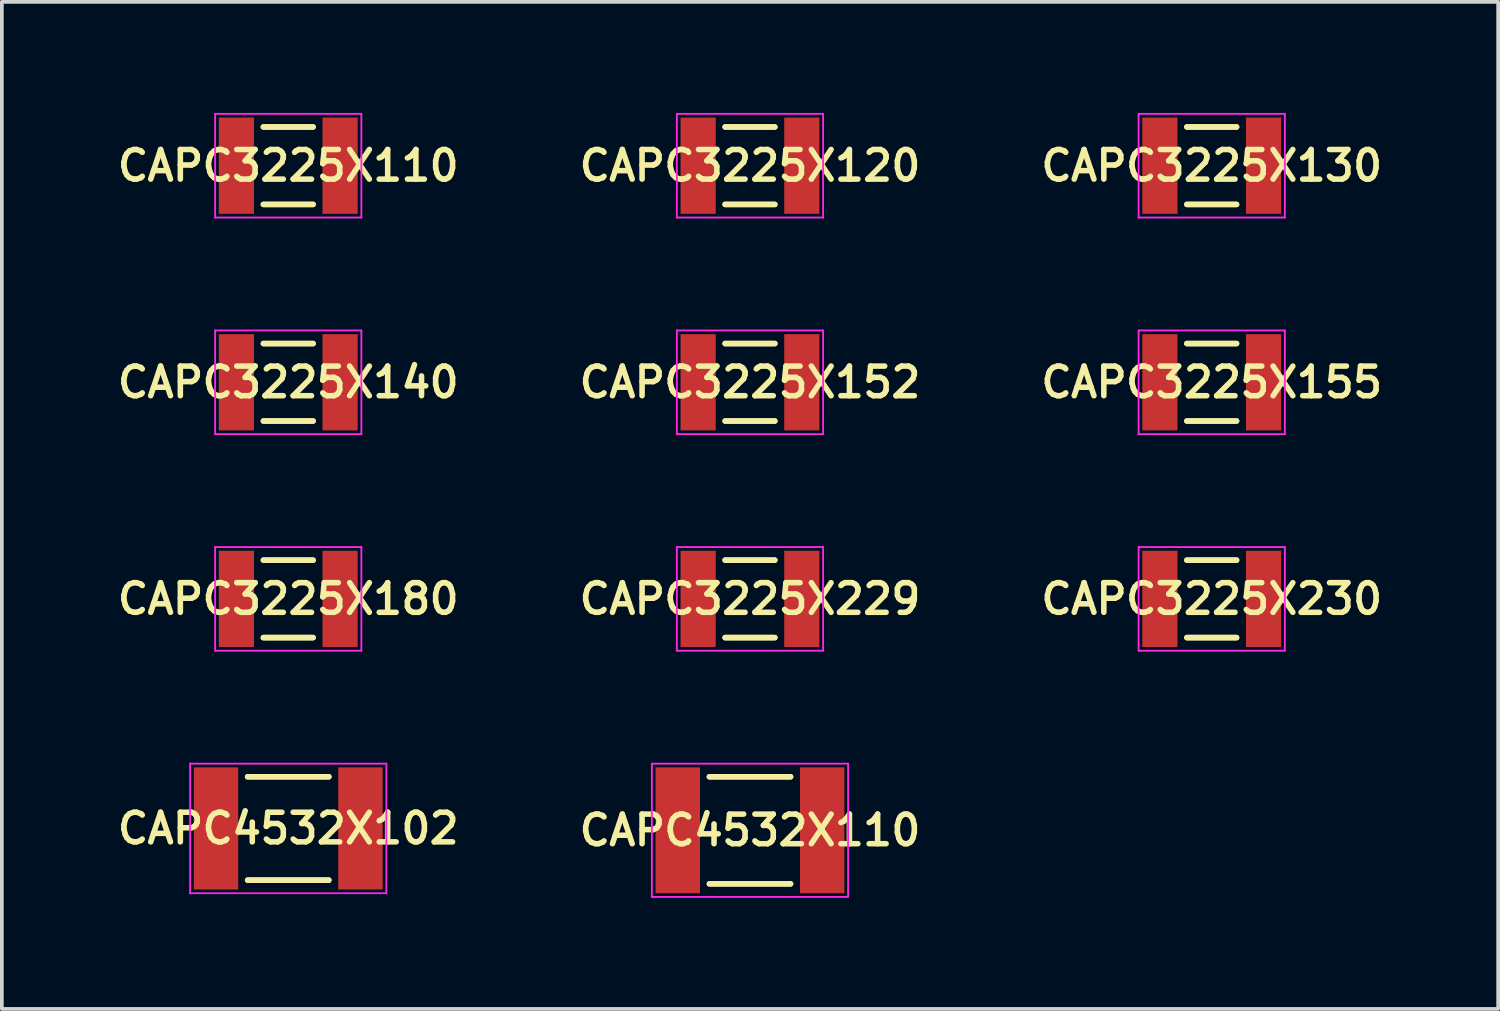
<source format=kicad_pcb>
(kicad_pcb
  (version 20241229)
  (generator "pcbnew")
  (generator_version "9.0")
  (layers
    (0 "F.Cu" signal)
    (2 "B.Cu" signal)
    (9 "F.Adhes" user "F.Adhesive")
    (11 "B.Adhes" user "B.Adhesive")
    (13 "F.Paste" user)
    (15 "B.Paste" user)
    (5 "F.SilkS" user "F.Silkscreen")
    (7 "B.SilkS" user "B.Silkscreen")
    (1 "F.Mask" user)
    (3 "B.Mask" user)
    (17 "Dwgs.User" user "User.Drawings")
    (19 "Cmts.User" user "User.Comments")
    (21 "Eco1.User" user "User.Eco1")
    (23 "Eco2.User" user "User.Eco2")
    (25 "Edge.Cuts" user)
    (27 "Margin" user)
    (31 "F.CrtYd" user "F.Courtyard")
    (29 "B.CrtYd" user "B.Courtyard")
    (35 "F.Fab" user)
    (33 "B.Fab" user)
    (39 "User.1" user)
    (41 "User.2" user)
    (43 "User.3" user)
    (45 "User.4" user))
  (footprint "CAPC4532X110"
    (layer "F.Cu")
    (at 17.206 19.375)
    (property "Reference" "CAPC4532X110" (at 0 0 0) (layer "F.SilkS") (effects (font (size 0.8 0.8) (thickness 0.15))))
    (attr smd)
    (fp_line (start -1.096 -1.446) (end 1.096 -1.446) (stroke (width 0.15) (type solid)) (layer "F.SilkS"))
    (fp_line (start -1.096 1.446) (end 1.096 1.446) (stroke (width 0.15) (type solid)) (layer "F.SilkS"))
    (fp_line (start 1.096 -1.446) (end -1.096 -1.446) (stroke (width 0.15) (type solid)) (layer "F.SilkS"))
    (fp_line (start 1.096 1.446) (end -1.096 1.446) (stroke (width 0.15) (type solid)) (layer "F.SilkS"))
    (fp_line (start -2.65 -1.8) (end 2.65 -1.8) (stroke (width 0.05) (type solid)) (layer "F.CrtYd"))
    (fp_line (start -2.65 1.8) (end -2.65 -1.8) (stroke (width 0.05) (type solid)) (layer "F.CrtYd"))
    (fp_line (start 2.65 -1.8) (end 2.65 1.8) (stroke (width 0.05) (type solid)) (layer "F.CrtYd"))
    (fp_line (start 2.65 1.8) (end -2.65 1.8) (stroke (width 0.05) (type solid)) (layer "F.CrtYd"))
    (pad "1" smd rect (at -1.95 0) (size 1.2 3.4) (layers "F.Cu" "F.Mask" "F.Paste"))
    (pad "2" smd rect (at 1.95 0) (size 1.2 3.4) (layers "F.Cu" "F.Mask" "F.Paste")))
  (footprint "CAPC3225X140"
    (layer "F.Cu")
    (at 4.735 7.275)
    (property "Reference" "CAPC3225X140" (at 0 0 0) (layer "F.SilkS") (effects (font (size 0.8 0.8) (thickness 0.15))))
    (attr smd)
    (fp_line (start -0.671 -1.046) (end 0.671 -1.046) (stroke (width 0.15) (type solid)) (layer "F.SilkS"))
    (fp_line (start -0.671 1.046) (end 0.671 1.046) (stroke (width 0.15) (type solid)) (layer "F.SilkS"))
    (fp_line (start 0.671 -1.046) (end -0.671 -1.046) (stroke (width 0.15) (type solid)) (layer "F.SilkS"))
    (fp_line (start 0.671 1.046) (end -0.671 1.046) (stroke (width 0.15) (type solid)) (layer "F.SilkS"))
    (fp_line (start -1.975 -1.4) (end 1.975 -1.4) (stroke (width 0.05) (type solid)) (layer "F.CrtYd"))
    (fp_line (start -1.975 1.4) (end -1.975 -1.4) (stroke (width 0.05) (type solid)) (layer "F.CrtYd"))
    (fp_line (start 1.975 -1.4) (end 1.975 1.4) (stroke (width 0.05) (type solid)) (layer "F.CrtYd"))
    (fp_line (start 1.975 1.4) (end -1.975 1.4) (stroke (width 0.05) (type solid)) (layer "F.CrtYd"))
    (pad "1" smd rect (at -1.4 0) (size 0.95 2.6) (layers "F.Cu" "F.Mask" "F.Paste"))
    (pad "2" smd rect (at 1.4 0) (size 0.95 2.6) (layers "F.Cu" "F.Mask" "F.Paste")))
  (footprint "CAPC3225X229"
    (layer "F.Cu")
    (at 17.206 13.125)
    (property "Reference" "CAPC3225X229" (at 0 0 0) (layer "F.SilkS") (effects (font (size 0.8 0.8) (thickness 0.15))))
    (attr smd)
    (fp_line (start -0.671 -1.046) (end 0.671 -1.046) (stroke (width 0.15) (type solid)) (layer "F.SilkS"))
    (fp_line (start -0.671 1.046) (end 0.671 1.046) (stroke (width 0.15) (type solid)) (layer "F.SilkS"))
    (fp_line (start 0.671 -1.046) (end -0.671 -1.046) (stroke (width 0.15) (type solid)) (layer "F.SilkS"))
    (fp_line (start 0.671 1.046) (end -0.671 1.046) (stroke (width 0.15) (type solid)) (layer "F.SilkS"))
    (fp_line (start -1.975 -1.4) (end 1.975 -1.4) (stroke (width 0.05) (type solid)) (layer "F.CrtYd"))
    (fp_line (start -1.975 1.4) (end -1.975 -1.4) (stroke (width 0.05) (type solid)) (layer "F.CrtYd"))
    (fp_line (start 1.975 -1.4) (end 1.975 1.4) (stroke (width 0.05) (type solid)) (layer "F.CrtYd"))
    (fp_line (start 1.975 1.4) (end -1.975 1.4) (stroke (width 0.05) (type solid)) (layer "F.CrtYd"))
    (pad "1" smd rect (at -1.4 0) (size 0.95 2.6) (layers "F.Cu" "F.Mask" "F.Paste"))
    (pad "2" smd rect (at 1.4 0) (size 0.95 2.6) (layers "F.Cu" "F.Mask" "F.Paste")))
  (footprint "CAPC3225X152"
    (layer "F.Cu")
    (at 17.206 7.275)
    (property "Reference" "CAPC3225X152" (at 0 0 0) (layer "F.SilkS") (effects (font (size 0.8 0.8) (thickness 0.15))))
    (attr smd)
    (fp_line (start -0.671 -1.046) (end 0.671 -1.046) (stroke (width 0.15) (type solid)) (layer "F.SilkS"))
    (fp_line (start -0.671 1.046) (end 0.671 1.046) (stroke (width 0.15) (type solid)) (layer "F.SilkS"))
    (fp_line (start 0.671 -1.046) (end -0.671 -1.046) (stroke (width 0.15) (type solid)) (layer "F.SilkS"))
    (fp_line (start 0.671 1.046) (end -0.671 1.046) (stroke (width 0.15) (type solid)) (layer "F.SilkS"))
    (fp_line (start -1.975 -1.4) (end 1.975 -1.4) (stroke (width 0.05) (type solid)) (layer "F.CrtYd"))
    (fp_line (start -1.975 1.4) (end -1.975 -1.4) (stroke (width 0.05) (type solid)) (layer "F.CrtYd"))
    (fp_line (start 1.975 -1.4) (end 1.975 1.4) (stroke (width 0.05) (type solid)) (layer "F.CrtYd"))
    (fp_line (start 1.975 1.4) (end -1.975 1.4) (stroke (width 0.05) (type solid)) (layer "F.CrtYd"))
    (pad "1" smd rect (at -1.4 0) (size 0.95 2.6) (layers "F.Cu" "F.Mask" "F.Paste"))
    (pad "2" smd rect (at 1.4 0) (size 0.95 2.6) (layers "F.Cu" "F.Mask" "F.Paste")))
  (footprint "CAPC3225X180"
    (layer "F.Cu")
    (at 4.735 13.125)
    (property "Reference" "CAPC3225X180" (at 0 0 0) (layer "F.SilkS") (effects (font (size 0.8 0.8) (thickness 0.15))))
    (attr smd)
    (fp_line (start -0.671 -1.046) (end 0.671 -1.046) (stroke (width 0.15) (type solid)) (layer "F.SilkS"))
    (fp_line (start -0.671 1.046) (end 0.671 1.046) (stroke (width 0.15) (type solid)) (layer "F.SilkS"))
    (fp_line (start 0.671 -1.046) (end -0.671 -1.046) (stroke (width 0.15) (type solid)) (layer "F.SilkS"))
    (fp_line (start 0.671 1.046) (end -0.671 1.046) (stroke (width 0.15) (type solid)) (layer "F.SilkS"))
    (fp_line (start -1.975 -1.4) (end 1.975 -1.4) (stroke (width 0.05) (type solid)) (layer "F.CrtYd"))
    (fp_line (start -1.975 1.4) (end -1.975 -1.4) (stroke (width 0.05) (type solid)) (layer "F.CrtYd"))
    (fp_line (start 1.975 -1.4) (end 1.975 1.4) (stroke (width 0.05) (type solid)) (layer "F.CrtYd"))
    (fp_line (start 1.975 1.4) (end -1.975 1.4) (stroke (width 0.05) (type solid)) (layer "F.CrtYd"))
    (pad "1" smd rect (at -1.4 0) (size 0.95 2.6) (layers "F.Cu" "F.Mask" "F.Paste"))
    (pad "2" smd rect (at 1.4 0) (size 0.95 2.6) (layers "F.Cu" "F.Mask" "F.Paste")))
  (footprint "CAPC3225X230"
    (layer "F.Cu")
    (at 29.677 13.125)
    (property "Reference" "CAPC3225X230" (at 0 0 0) (layer "F.SilkS") (effects (font (size 0.8 0.8) (thickness 0.15))))
    (attr smd)
    (fp_line (start -0.671 -1.046) (end 0.671 -1.046) (stroke (width 0.15) (type solid)) (layer "F.SilkS"))
    (fp_line (start -0.671 1.046) (end 0.671 1.046) (stroke (width 0.15) (type solid)) (layer "F.SilkS"))
    (fp_line (start 0.671 -1.046) (end -0.671 -1.046) (stroke (width 0.15) (type solid)) (layer "F.SilkS"))
    (fp_line (start 0.671 1.046) (end -0.671 1.046) (stroke (width 0.15) (type solid)) (layer "F.SilkS"))
    (fp_line (start -1.975 -1.4) (end 1.975 -1.4) (stroke (width 0.05) (type solid)) (layer "F.CrtYd"))
    (fp_line (start -1.975 1.4) (end -1.975 -1.4) (stroke (width 0.05) (type solid)) (layer "F.CrtYd"))
    (fp_line (start 1.975 -1.4) (end 1.975 1.4) (stroke (width 0.05) (type solid)) (layer "F.CrtYd"))
    (fp_line (start 1.975 1.4) (end -1.975 1.4) (stroke (width 0.05) (type solid)) (layer "F.CrtYd"))
    (pad "1" smd rect (at -1.4 0) (size 0.95 2.6) (layers "F.Cu" "F.Mask" "F.Paste"))
    (pad "2" smd rect (at 1.4 0) (size 0.95 2.6) (layers "F.Cu" "F.Mask" "F.Paste")))
  (footprint "CAPC3225X130"
    (layer "F.Cu")
    (at 29.677 1.425)
    (property "Reference" "CAPC3225X130" (at 0 0 0) (layer "F.SilkS") (effects (font (size 0.8 0.8) (thickness 0.15))))
    (attr smd)
    (fp_line (start -0.671 -1.046) (end 0.671 -1.046) (stroke (width 0.15) (type solid)) (layer "F.SilkS"))
    (fp_line (start -0.671 1.046) (end 0.671 1.046) (stroke (width 0.15) (type solid)) (layer "F.SilkS"))
    (fp_line (start 0.671 -1.046) (end -0.671 -1.046) (stroke (width 0.15) (type solid)) (layer "F.SilkS"))
    (fp_line (start 0.671 1.046) (end -0.671 1.046) (stroke (width 0.15) (type solid)) (layer "F.SilkS"))
    (fp_line (start -1.975 -1.4) (end 1.975 -1.4) (stroke (width 0.05) (type solid)) (layer "F.CrtYd"))
    (fp_line (start -1.975 1.4) (end -1.975 -1.4) (stroke (width 0.05) (type solid)) (layer "F.CrtYd"))
    (fp_line (start 1.975 -1.4) (end 1.975 1.4) (stroke (width 0.05) (type solid)) (layer "F.CrtYd"))
    (fp_line (start 1.975 1.4) (end -1.975 1.4) (stroke (width 0.05) (type solid)) (layer "F.CrtYd"))
    (pad "1" smd rect (at -1.4 0) (size 0.95 2.6) (layers "F.Cu" "F.Mask" "F.Paste"))
    (pad "2" smd rect (at 1.4 0) (size 0.95 2.6) (layers "F.Cu" "F.Mask" "F.Paste")))
  (footprint "CAPC3225X110"
    (layer "F.Cu")
    (at 4.735 1.425)
    (property "Reference" "CAPC3225X110" (at 0 0 0) (layer "F.SilkS") (effects (font (size 0.8 0.8) (thickness 0.15))))
    (attr smd)
    (fp_line (start -0.671 -1.046) (end 0.671 -1.046) (stroke (width 0.15) (type solid)) (layer "F.SilkS"))
    (fp_line (start -0.671 1.046) (end 0.671 1.046) (stroke (width 0.15) (type solid)) (layer "F.SilkS"))
    (fp_line (start 0.671 -1.046) (end -0.671 -1.046) (stroke (width 0.15) (type solid)) (layer "F.SilkS"))
    (fp_line (start 0.671 1.046) (end -0.671 1.046) (stroke (width 0.15) (type solid)) (layer "F.SilkS"))
    (fp_line (start -1.975 -1.4) (end 1.975 -1.4) (stroke (width 0.05) (type solid)) (layer "F.CrtYd"))
    (fp_line (start -1.975 1.4) (end -1.975 -1.4) (stroke (width 0.05) (type solid)) (layer "F.CrtYd"))
    (fp_line (start 1.975 -1.4) (end 1.975 1.4) (stroke (width 0.05) (type solid)) (layer "F.CrtYd"))
    (fp_line (start 1.975 1.4) (end -1.975 1.4) (stroke (width 0.05) (type solid)) (layer "F.CrtYd"))
    (pad "1" smd rect (at -1.4 0) (size 0.95 2.6) (layers "F.Cu" "F.Mask" "F.Paste"))
    (pad "2" smd rect (at 1.4 0) (size 0.95 2.6) (layers "F.Cu" "F.Mask" "F.Paste")))
  (footprint "CAPC3225X155"
    (layer "F.Cu")
    (at 29.677 7.275)
    (property "Reference" "CAPC3225X155" (at 0 0 0) (layer "F.SilkS") (effects (font (size 0.8 0.8) (thickness 0.15))))
    (attr smd)
    (fp_line (start -0.671 -1.046) (end 0.671 -1.046) (stroke (width 0.15) (type solid)) (layer "F.SilkS"))
    (fp_line (start -0.671 1.046) (end 0.671 1.046) (stroke (width 0.15) (type solid)) (layer "F.SilkS"))
    (fp_line (start 0.671 -1.046) (end -0.671 -1.046) (stroke (width 0.15) (type solid)) (layer "F.SilkS"))
    (fp_line (start 0.671 1.046) (end -0.671 1.046) (stroke (width 0.15) (type solid)) (layer "F.SilkS"))
    (fp_line (start -1.975 -1.4) (end 1.975 -1.4) (stroke (width 0.05) (type solid)) (layer "F.CrtYd"))
    (fp_line (start -1.975 1.4) (end -1.975 -1.4) (stroke (width 0.05) (type solid)) (layer "F.CrtYd"))
    (fp_line (start 1.975 -1.4) (end 1.975 1.4) (stroke (width 0.05) (type solid)) (layer "F.CrtYd"))
    (fp_line (start 1.975 1.4) (end -1.975 1.4) (stroke (width 0.05) (type solid)) (layer "F.CrtYd"))
    (pad "1" smd rect (at -1.4 0) (size 0.95 2.6) (layers "F.Cu" "F.Mask" "F.Paste"))
    (pad "2" smd rect (at 1.4 0) (size 0.95 2.6) (layers "F.Cu" "F.Mask" "F.Paste")))
  (footprint "CAPC3225X120"
    (layer "F.Cu")
    (at 17.206 1.425)
    (property "Reference" "CAPC3225X120" (at 0 0 0) (layer "F.SilkS") (effects (font (size 0.8 0.8) (thickness 0.15))))
    (attr smd)
    (fp_line (start -0.671 -1.046) (end 0.671 -1.046) (stroke (width 0.15) (type solid)) (layer "F.SilkS"))
    (fp_line (start -0.671 1.046) (end 0.671 1.046) (stroke (width 0.15) (type solid)) (layer "F.SilkS"))
    (fp_line (start 0.671 -1.046) (end -0.671 -1.046) (stroke (width 0.15) (type solid)) (layer "F.SilkS"))
    (fp_line (start 0.671 1.046) (end -0.671 1.046) (stroke (width 0.15) (type solid)) (layer "F.SilkS"))
    (fp_line (start -1.975 -1.4) (end 1.975 -1.4) (stroke (width 0.05) (type solid)) (layer "F.CrtYd"))
    (fp_line (start -1.975 1.4) (end -1.975 -1.4) (stroke (width 0.05) (type solid)) (layer "F.CrtYd"))
    (fp_line (start 1.975 -1.4) (end 1.975 1.4) (stroke (width 0.05) (type solid)) (layer "F.CrtYd"))
    (fp_line (start 1.975 1.4) (end -1.975 1.4) (stroke (width 0.05) (type solid)) (layer "F.CrtYd"))
    (pad "1" smd rect (at -1.4 0) (size 0.95 2.6) (layers "F.Cu" "F.Mask" "F.Paste"))
    (pad "2" smd rect (at 1.4 0) (size 0.95 2.6) (layers "F.Cu" "F.Mask" "F.Paste")))
  (footprint "CAPC4532X102"
    (layer "F.Cu")
    (at 4.735 19.325)
    (property "Reference" "CAPC4532X102" (at 0 0 0) (layer "F.SilkS") (effects (font (size 0.8 0.8) (thickness 0.15))))
    (attr smd)
    (fp_line (start -1.096 -1.396) (end 1.096 -1.396) (stroke (width 0.15) (type solid)) (layer "F.SilkS"))
    (fp_line (start -1.096 1.396) (end 1.096 1.396) (stroke (width 0.15) (type solid)) (layer "F.SilkS"))
    (fp_line (start 1.096 -1.396) (end -1.096 -1.396) (stroke (width 0.15) (type solid)) (layer "F.SilkS"))
    (fp_line (start 1.096 1.396) (end -1.096 1.396) (stroke (width 0.15) (type solid)) (layer "F.SilkS"))
    (fp_line (start -2.65 -1.75) (end 2.65 -1.75) (stroke (width 0.05) (type solid)) (layer "F.CrtYd"))
    (fp_line (start -2.65 1.75) (end -2.65 -1.75) (stroke (width 0.05) (type solid)) (layer "F.CrtYd"))
    (fp_line (start 2.65 -1.75) (end 2.65 1.75) (stroke (width 0.05) (type solid)) (layer "F.CrtYd"))
    (fp_line (start 2.65 1.75) (end -2.65 1.75) (stroke (width 0.05) (type solid)) (layer "F.CrtYd"))
    (pad "1" smd rect (at -1.95 0) (size 1.2 3.3) (layers "F.Cu" "F.Mask" "F.Paste"))
    (pad "2" smd rect (at 1.95 0) (size 1.2 3.3) (layers "F.Cu" "F.Mask" "F.Paste")))
  (gr_rect
    (start -3 -3)
    (end 37.413 24.2)
    (stroke (width 0.1) (type default))
    (fill no)
    (layer "Edge.Cuts")))
</source>
